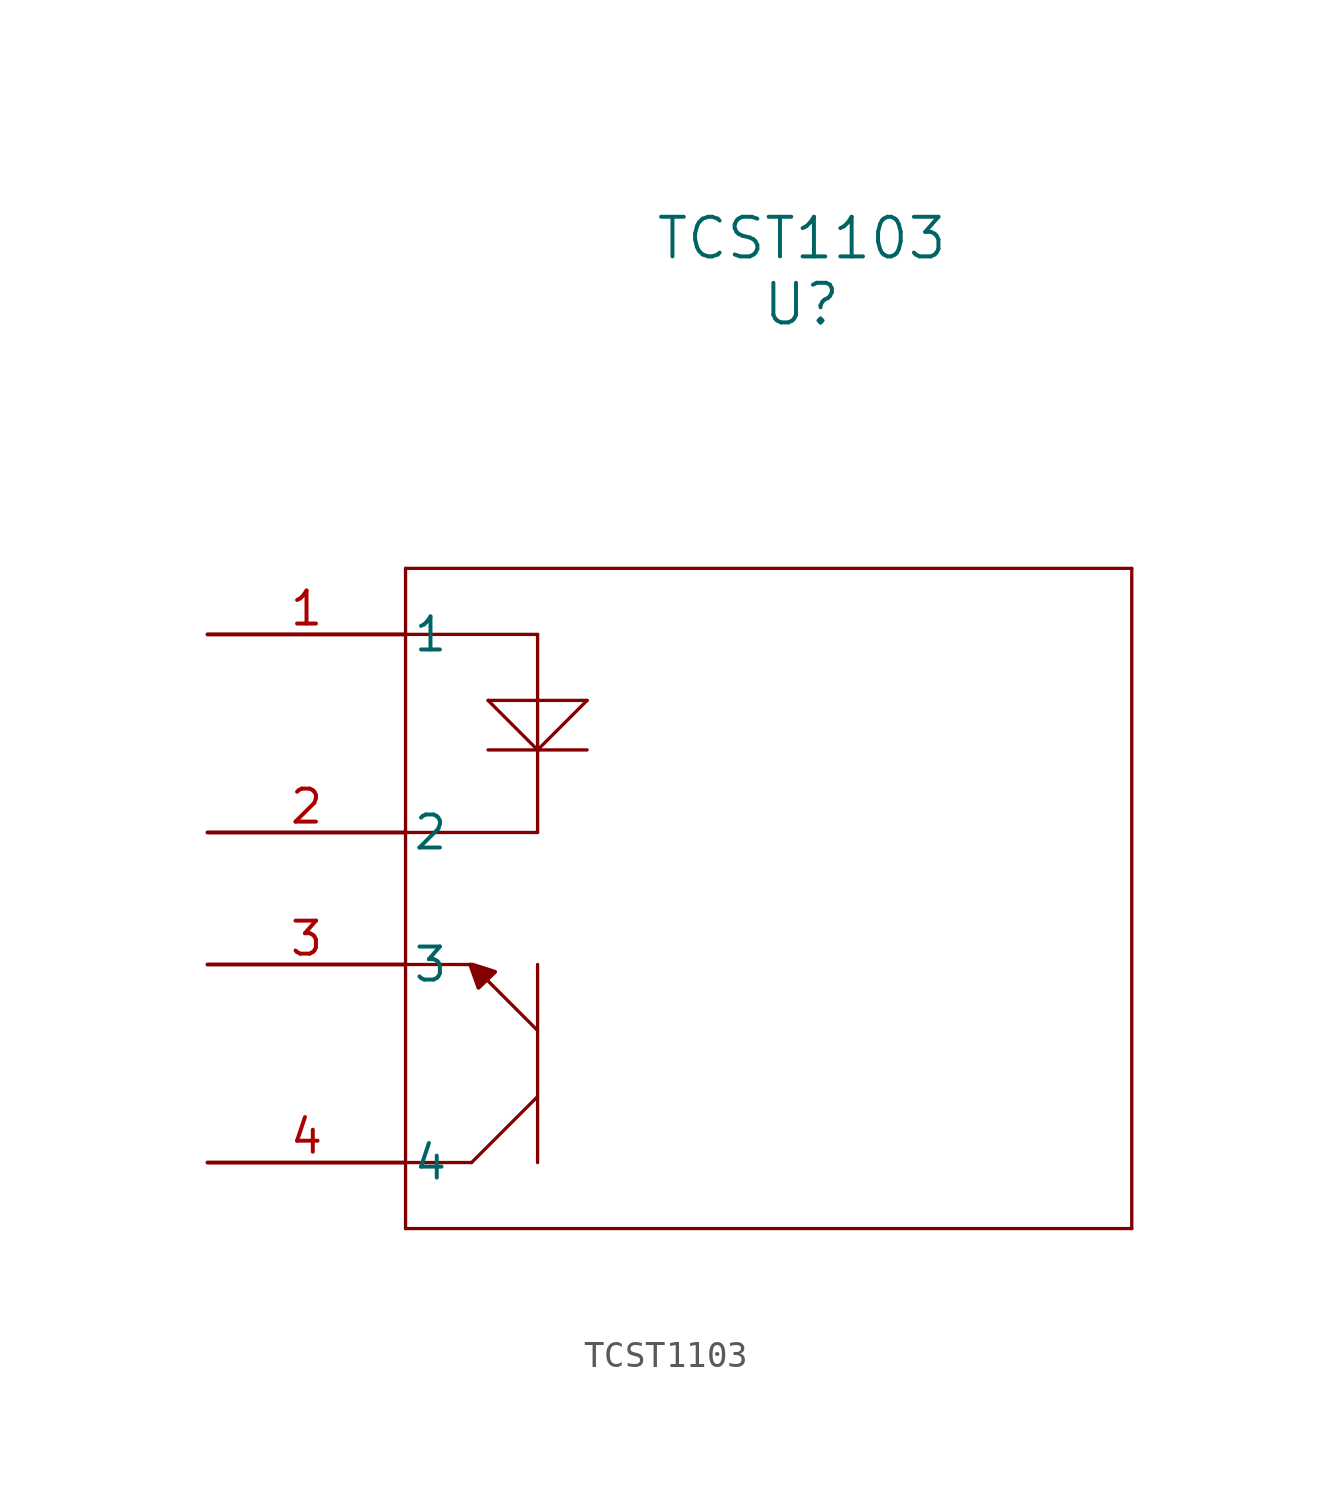
<source format=kicad_sym>
(kicad_symbol_lib
  (version 20211014)
  (generator kicad_symbol_editor)
  (symbol "TCST1103"
    (pin_names
      (offset 0.254))
    (property "Reference" "U"
      (at 22.86 12.7 0)
      (effects (font (size 1.524 1.524))))
    (property "Value" "TCST1103"
      (at 22.86 15.24 0)
      (effects (font (size 1.524 1.524))))
    (symbol "TCST1103_0_1"
      (polyline (pts (xy 10.16 -20.32) (xy 7.62 -20.32)) (stroke (width 0.127) (type default) (color 0 0 0 0)) (fill (type none)))
      (polyline (pts (xy 12.7 -12.7) (xy 12.7 -20.32)) (stroke (width 0.127) (type default) (color 0 0 0 0)) (fill (type none)))
      (polyline (pts (xy 10.16 -20.32) (xy 12.7 -17.78)) (stroke (width 0.127) (type default) (color 0 0 0 0)) (fill (type none)))
      (polyline (pts (xy 7.62 2.54) (xy 7.62 -22.86)) (stroke (width 0.127) (type default) (color 0 0 0 0)) (fill (type none)))
      (polyline (pts (xy 12.7 -15.24) (xy 10.16 -12.7)) (stroke (width 0.127) (type default) (color 0 0 0 0)) (fill (type none)))
      (polyline (pts (xy 7.62 -22.86) (xy 35.56 -22.86)) (stroke (width 0.127) (type default) (color 0 0 0 0)) (fill (type none)))
      (polyline (pts (xy 7.62 -12.7) (xy 10.109 -12.701)) (stroke (width 0.127) (type default) (color 0 0 0 0)) (fill (type none)))
      (polyline (pts (xy 35.56 -22.86) (xy 35.56 2.54)) (stroke (width 0.127) (type default) (color 0 0 0 0)) (fill (type none)))
      (polyline (pts (xy 35.56 2.54) (xy 7.62 2.54)) (stroke (width 0.127) (type default) (color 0 0 0 0)) (fill (type none)))
      (polyline (pts (xy 12.7 0) (xy 12.7 -7.62)) (stroke (width 0.127) (type default) (color 0 0 0 0)) (fill (type none)))
      (polyline (pts (xy 10.198 -12.707) (xy 11.065 -12.983) (xy 10.426 -13.595) (xy 10.109 -12.701)) (stroke (width 0) (type default) (color 0 0 0 0)) (fill (type outline)))
      (polyline (pts (xy 10.795 -4.445) (xy 14.605 -4.445)) (stroke (width 0.127) (type default) (color 0 0 0 0)) (fill (type none)))
      (polyline (pts (xy 12.7 0) (xy 7.62 0)) (stroke (width 0.127) (type default) (color 0 0 0 0)) (fill (type none)))
      (polyline (pts (xy 12.7 -7.62) (xy 7.62 -7.62)) (stroke (width 0.127) (type default) (color 0 0 0 0)) (fill (type none)))
      (polyline (pts (xy 12.7 -4.445) (xy 14.605 -2.54)) (stroke (width 0.127) (type default) (color 0 0 0 0)) (fill (type none)))
      (polyline (pts (xy 10.795 -2.54) (xy 12.7 -4.445)) (stroke (width 0.127) (type default) (color 0 0 0 0)) (fill (type none)))
      (polyline (pts (xy 10.795 -2.54) (xy 14.605 -2.54)) (stroke (width 0.127) (type default) (color 0 0 0 0)) (fill (type none)))
      (pin unspecified line (at 0 0 0) (length 7.62) (name "1" (effects (font (size 1.27 1.27)))) (number "1" (effects (font (size 1.27 1.27)))))
      (pin unspecified line (at 0 -7.62 0) (length 7.62) (name "2" (effects (font (size 1.27 1.27)))) (number "2" (effects (font (size 1.27 1.27)))))
      (pin unspecified line (at 0 -12.7 0) (length 7.62) (name "3" (effects (font (size 1.27 1.27)))) (number "3" (effects (font (size 1.27 1.27)))))
      (pin unspecified line (at 0 -20.32 0) (length 7.62) (name "4" (effects (font (size 1.27 1.27)))) (number "4" (effects (font (size 1.27 1.27))))))))
</source>
